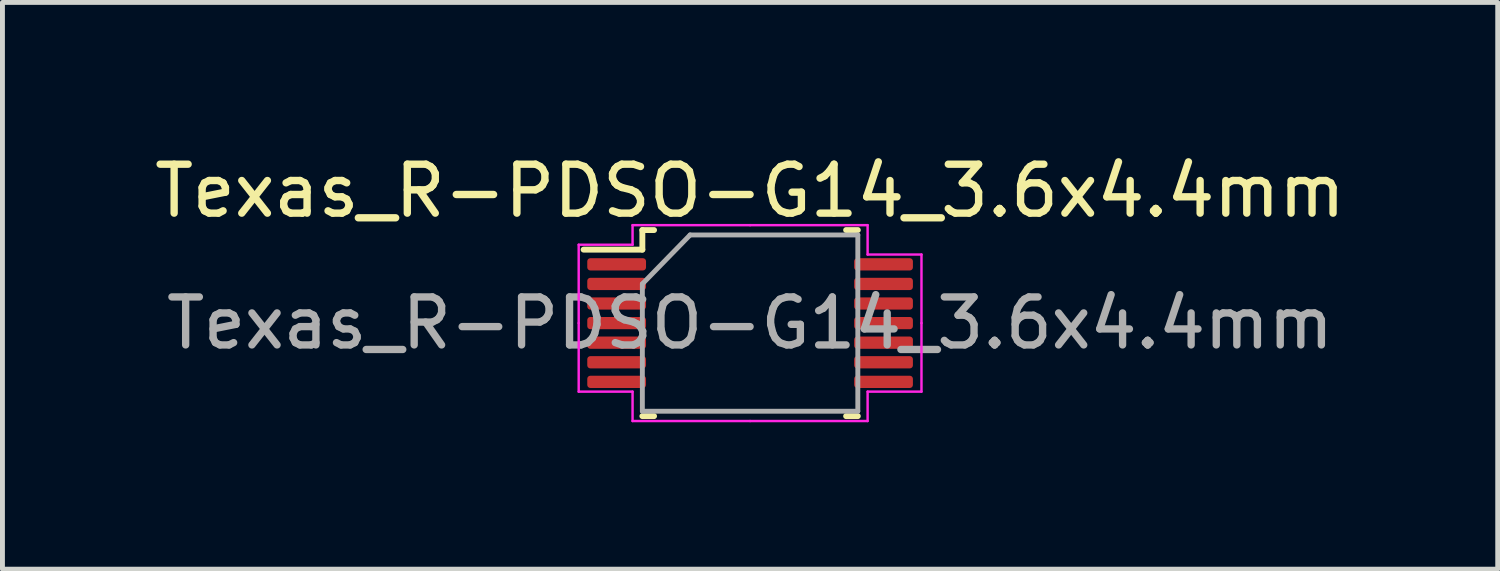
<source format=kicad_pcb>
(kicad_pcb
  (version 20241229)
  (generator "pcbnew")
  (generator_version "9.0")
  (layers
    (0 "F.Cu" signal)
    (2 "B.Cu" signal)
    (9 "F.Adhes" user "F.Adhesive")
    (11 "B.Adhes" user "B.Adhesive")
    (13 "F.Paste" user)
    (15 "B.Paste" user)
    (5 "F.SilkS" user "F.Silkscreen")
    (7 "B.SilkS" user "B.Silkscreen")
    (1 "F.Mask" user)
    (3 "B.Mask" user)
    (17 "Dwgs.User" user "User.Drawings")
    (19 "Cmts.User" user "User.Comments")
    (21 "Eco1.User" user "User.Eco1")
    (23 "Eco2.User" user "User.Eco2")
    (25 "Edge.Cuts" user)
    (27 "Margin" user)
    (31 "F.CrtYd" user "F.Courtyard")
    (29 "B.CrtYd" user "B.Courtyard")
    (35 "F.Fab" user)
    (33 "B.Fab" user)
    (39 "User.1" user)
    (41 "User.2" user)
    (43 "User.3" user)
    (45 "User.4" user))
  (footprint "Texas_R-PDSO-G14_3.6x4.4mm"
    (layer "F.Cu")
    (at 12.268 3.548)
    (property "Reference" "Texas_R-PDSO-G14_3.6x4.4mm" (at 0 -2.7 0) (layer "F.SilkS") (effects (font (size 1 1) (thickness 0.15))))
    (attr smd)
    (fp_line (start -2.2 -1.9) (end -1.961 -1.9) (stroke (width 0.12) (type solid)) (layer "F.SilkS"))
    (fp_line (start -2.2 -1.5) (end -3.4 -1.5) (stroke (width 0.12) (type solid)) (layer "F.SilkS"))
    (fp_line (start -2.2 -1.5) (end -2.2 -1.9) (stroke (width 0.12) (type solid)) (layer "F.SilkS"))
    (fp_line (start -1.961 1.9) (end -2.2 1.9) (stroke (width 0.12) (type solid)) (layer "F.SilkS"))
    (fp_line (start 1.961 -1.9) (end 2.2 -1.9) (stroke (width 0.12) (type solid)) (layer "F.SilkS"))
    (fp_line (start 1.961 1.9) (end 2.2 1.9) (stroke (width 0.12) (type solid)) (layer "F.SilkS"))
    (fp_line (start -3.5 -1.6) (end -2.4 -1.6) (stroke (width 0.05) (type solid)) (layer "F.CrtYd"))
    (fp_line (start -3.5 0) (end -3.5 -1.6) (stroke (width 0.05) (type solid)) (layer "F.CrtYd"))
    (fp_line (start -3.5 0) (end -3.5 1.4) (stroke (width 0.05) (type solid)) (layer "F.CrtYd"))
    (fp_line (start -3.5 1.4) (end -2.4 1.4) (stroke (width 0.05) (type solid)) (layer "F.CrtYd"))
    (fp_line (start -2.4 -2) (end 0 -2) (stroke (width 0.05) (type solid)) (layer "F.CrtYd"))
    (fp_line (start -2.4 -1.6) (end -2.4 -2) (stroke (width 0.05) (type solid)) (layer "F.CrtYd"))
    (fp_line (start -2.4 1.4) (end -2.4 2) (stroke (width 0.05) (type solid)) (layer "F.CrtYd"))
    (fp_line (start -2.4 2) (end 0 2) (stroke (width 0.05) (type solid)) (layer "F.CrtYd"))
    (fp_line (start 2.4 -2) (end 0 -2) (stroke (width 0.05) (type solid)) (layer "F.CrtYd"))
    (fp_line (start 2.4 -1.4) (end 2.4 -2) (stroke (width 0.05) (type solid)) (layer "F.CrtYd"))
    (fp_line (start 2.4 1.4) (end 2.4 2) (stroke (width 0.05) (type solid)) (layer "F.CrtYd"))
    (fp_line (start 2.4 2) (end 0 2) (stroke (width 0.05) (type solid)) (layer "F.CrtYd"))
    (fp_line (start 3.5 -1.4) (end 2.4 -1.4) (stroke (width 0.05) (type solid)) (layer "F.CrtYd"))
    (fp_line (start 3.5 0) (end 3.5 -1.4) (stroke (width 0.05) (type solid)) (layer "F.CrtYd"))
    (fp_line (start 3.5 0) (end 3.5 1.4) (stroke (width 0.05) (type solid)) (layer "F.CrtYd"))
    (fp_line (start 3.5 1.4) (end 2.4 1.4) (stroke (width 0.05) (type solid)) (layer "F.CrtYd"))
    (fp_line (start -2.2 -0.8) (end -1.225 -1.8) (stroke (width 0.1) (type solid)) (layer "F.Fab"))
    (fp_line (start -2.2 1.8) (end -2.2 -0.8) (stroke (width 0.1) (type solid)) (layer "F.Fab"))
    (fp_line (start -1.225 -1.8) (end 2.2 -1.8) (stroke (width 0.1) (type solid)) (layer "F.Fab"))
    (fp_line (start 2.2 -1.8) (end 2.2 1.8) (stroke (width 0.1) (type solid)) (layer "F.Fab"))
    (fp_line (start 2.2 1.8) (end -2.2 1.8) (stroke (width 0.1) (type solid)) (layer "F.Fab"))
    (fp_text user "${REFERENCE}" (at 0 0 0) (layer "F.Fab") (effects (font (size 0.98 0.98) (thickness 0.15))))
    (pad "1" smd roundrect (at -2.725 -1.2) (size 1.2 0.25) (layers "F.Cu" "F.Mask" "F.Paste") (roundrect_rratio 0.25))
    (pad "2" smd roundrect (at -2.725 -0.8) (size 1.2 0.25) (layers "F.Cu" "F.Mask" "F.Paste") (roundrect_rratio 0.25))
    (pad "3" smd roundrect (at -2.725 -0.4) (size 1.2 0.25) (layers "F.Cu" "F.Mask" "F.Paste") (roundrect_rratio 0.25))
    (pad "4" smd roundrect (at -2.725 0) (size 1.2 0.25) (layers "F.Cu" "F.Mask" "F.Paste") (roundrect_rratio 0.25))
    (pad "5" smd roundrect (at -2.725 0.4) (size 1.2 0.25) (layers "F.Cu" "F.Mask" "F.Paste") (roundrect_rratio 0.25))
    (pad "6" smd roundrect (at -2.725 0.8) (size 1.2 0.25) (layers "F.Cu" "F.Mask" "F.Paste") (roundrect_rratio 0.25))
    (pad "7" smd roundrect (at -2.725 1.2) (size 1.2 0.25) (layers "F.Cu" "F.Mask" "F.Paste") (roundrect_rratio 0.25))
    (pad "8" smd roundrect (at 2.725 1.2) (size 1.2 0.25) (layers "F.Cu" "F.Mask" "F.Paste") (roundrect_rratio 0.25))
    (pad "9" smd roundrect (at 2.725 0.8) (size 1.2 0.25) (layers "F.Cu" "F.Mask" "F.Paste") (roundrect_rratio 0.25))
    (pad "10" smd roundrect (at 2.725 0.4) (size 1.2 0.25) (layers "F.Cu" "F.Mask" "F.Paste") (roundrect_rratio 0.25))
    (pad "11" smd roundrect (at 2.725 0) (size 1.2 0.25) (layers "F.Cu" "F.Mask" "F.Paste") (roundrect_rratio 0.25))
    (pad "12" smd roundrect (at 2.725 -0.4) (size 1.2 0.25) (layers "F.Cu" "F.Mask" "F.Paste") (roundrect_rratio 0.25))
    (pad "13" smd roundrect (at 2.725 -0.8) (size 1.2 0.25) (layers "F.Cu" "F.Mask" "F.Paste") (roundrect_rratio 0.25))
    (pad "14" smd roundrect (at 2.725 -1.2) (size 1.2 0.25) (layers "F.Cu" "F.Mask" "F.Paste") (roundrect_rratio 0.25)))
  (gr_rect
    (start -3 -3)
    (end 27.536 8.573)
    (stroke (width 0.1) (type default))
    (fill no)
    (layer "Edge.Cuts")))
</source>
